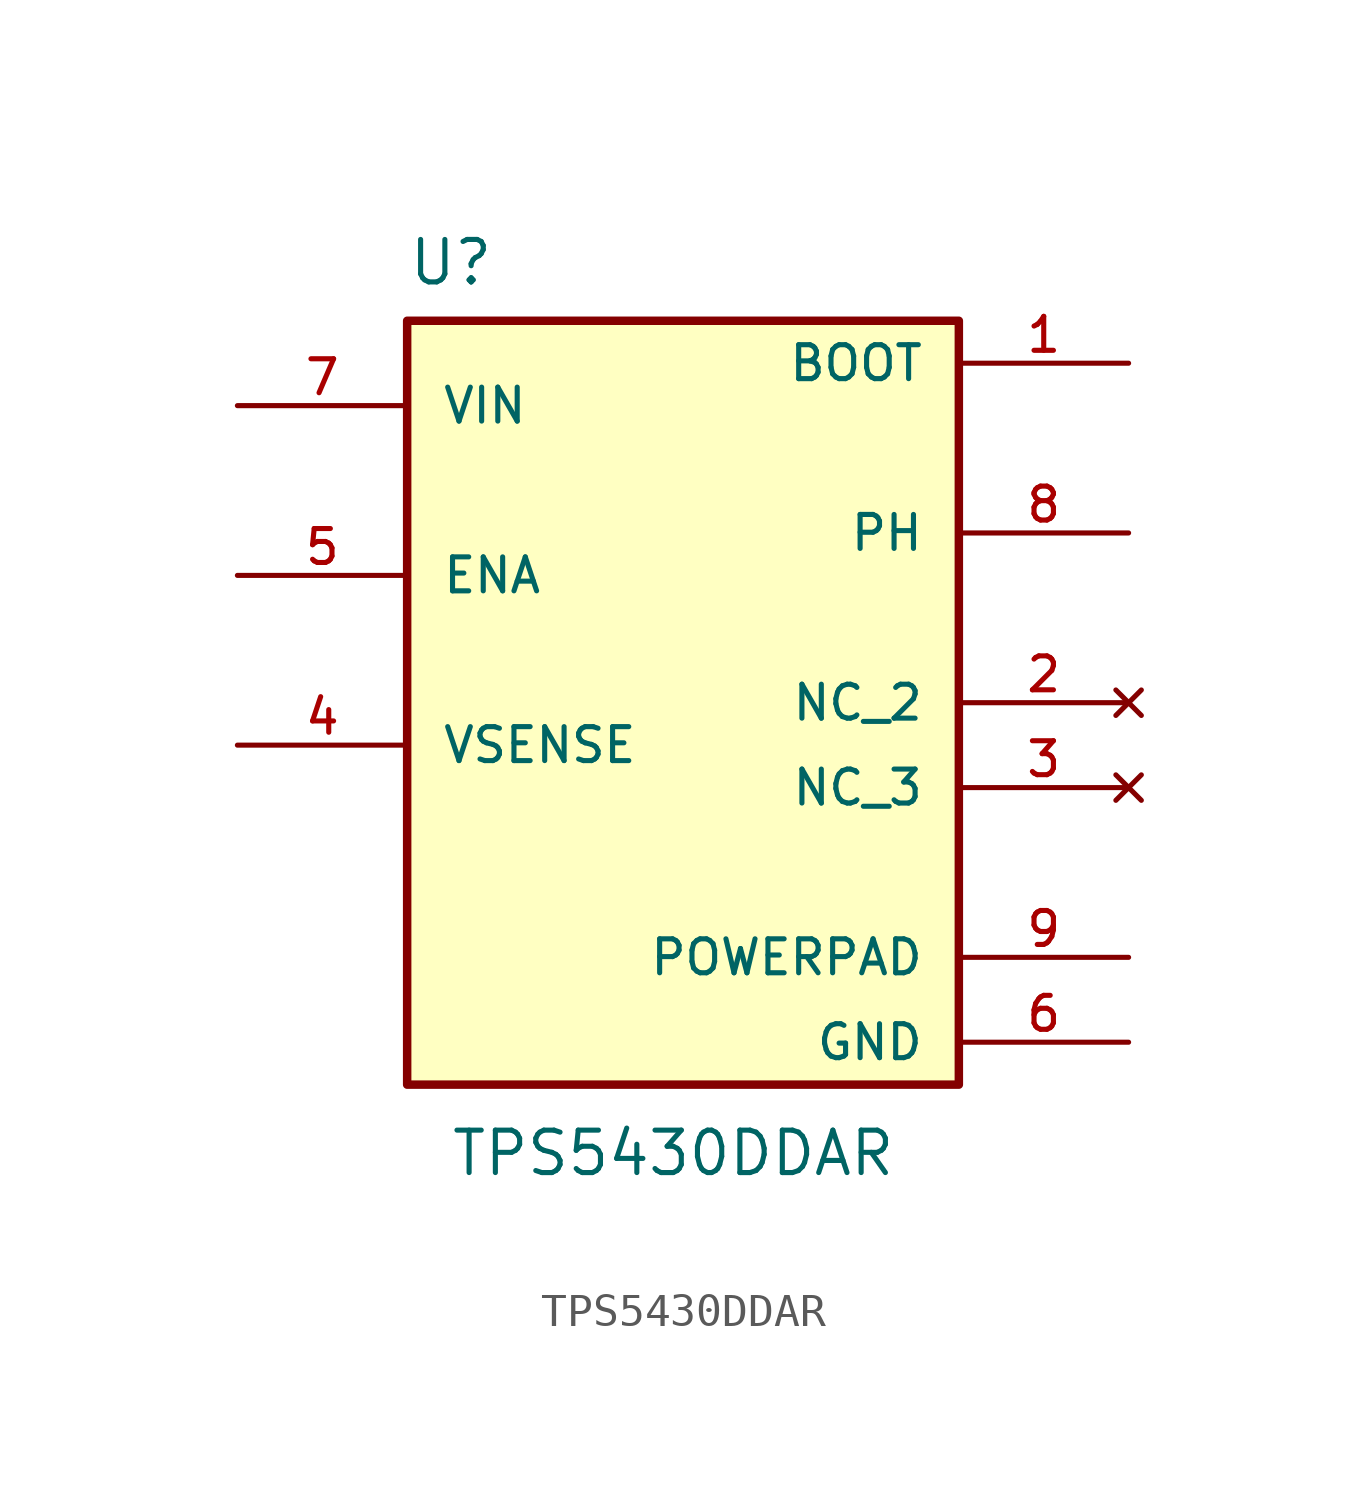
<source format=kicad_sym>
(kicad_symbol_lib
  (version 20241209)
  (generator "kicad_symbol_editor")
  (generator_version "9.0")
  (symbol "TPS5430DDAR"
    (pin_names
      (offset 1.016))
    (property "Reference" "U"
      (at -7.62 11.16 0)
      (effects (font (size 1.27 1.27)) (justify left bottom)))
    (property "Value" "TPS5430DDAR"
      (at -6.35 -15.494 0)
      (effects (font (size 1.27 1.27)) (justify left bottom)))
    (symbol "TPS5430DDAR_0_0"
      (rectangle (start -7.62 10.16) (end 8.89 -12.7) (stroke (width 0.254) (type default)) (fill (type background)))
      (pin power_in line (at -12.7 7.62 0) (length 5.08) (name "VIN" (effects (font (size 1.016 1.016)))) (number "7" (effects (font (size 1.016 1.016)))))
      (pin input line (at -12.7 2.54 0) (length 5.08) (name "ENA" (effects (font (size 1.016 1.016)))) (number "5" (effects (font (size 1.016 1.016)))))
      (pin input line (at -12.7 -2.54 0) (length 5.08) (name "VSENSE" (effects (font (size 1.016 1.016)))) (number "4" (effects (font (size 1.016 1.016)))))
      (pin output line (at 13.97 8.89 180) (length 5.08) (name "BOOT" (effects (font (size 1.016 1.016)))) (number "1" (effects (font (size 1.016 1.016)))))
      (pin bidirectional line (at 13.97 3.81 180) (length 5.08) (name "PH" (effects (font (size 1.016 1.016)))) (number "8" (effects (font (size 1.016 1.016)))))
      (pin no_connect line (at 13.97 -1.27 180) (length 5.08) (name "NC_2" (effects (font (size 1.016 1.016)))) (number "2" (effects (font (size 1.016 1.016)))))
      (pin no_connect line (at 13.97 -3.81 180) (length 5.08) (name "NC_3" (effects (font (size 1.016 1.016)))) (number "3" (effects (font (size 1.016 1.016)))))
      (pin power_in line (at 13.97 -8.89 180) (length 5.08) (name "POWERPAD" (effects (font (size 1.016 1.016)))) (number "9" (effects (font (size 1.016 1.016)))))
      (pin power_in line (at 13.97 -11.43 180) (length 5.08) (name "GND" (effects (font (size 1.016 1.016)))) (number "6" (effects (font (size 1.016 1.016))))))))
</source>
